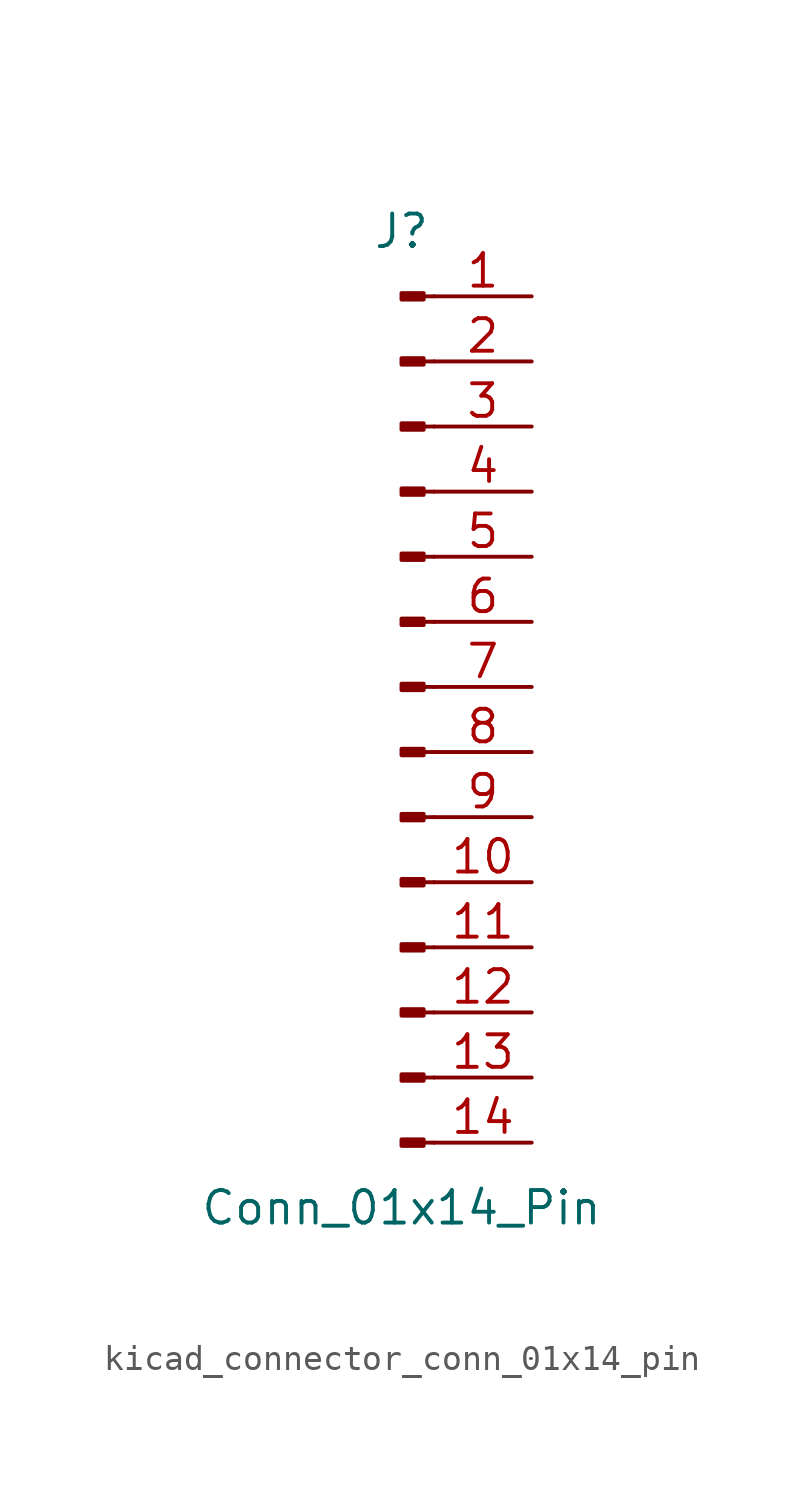
<source format=kicad_sym>
(kicad_symbol_lib
  (version 20220914)
  (generator kicad_symbol_editor)
  (symbol "kicad_connector_conn_01x14_pin"
    (pin_names
      (offset 1.016) hide)
    (property "Reference" "J"
      (at 0 17.78 0)
      (effects (font (size 1.27 1.27))))
    (property "Value" "Conn_01x14_Pin"
      (at 0 -20.32 0)
      (effects (font (size 1.27 1.27))))
    (property "ki_locked" ""
      (at 0 0 0)
      (effects (font (size 1.27 1.27))))
    (symbol "kicad_connector_conn_01x14_pin_1_1"
      (polyline (pts (xy 1.27 -17.78) (xy 0.864 -17.78)) (stroke (width 0.152) (type default)) (fill (type none)))
      (polyline (pts (xy 1.27 -15.24) (xy 0.864 -15.24)) (stroke (width 0.152) (type default)) (fill (type none)))
      (polyline (pts (xy 1.27 -12.7) (xy 0.864 -12.7)) (stroke (width 0.152) (type default)) (fill (type none)))
      (polyline (pts (xy 1.27 -10.16) (xy 0.864 -10.16)) (stroke (width 0.152) (type default)) (fill (type none)))
      (polyline (pts (xy 1.27 -7.62) (xy 0.864 -7.62)) (stroke (width 0.152) (type default)) (fill (type none)))
      (polyline (pts (xy 1.27 -5.08) (xy 0.864 -5.08)) (stroke (width 0.152) (type default)) (fill (type none)))
      (polyline (pts (xy 1.27 -2.54) (xy 0.864 -2.54)) (stroke (width 0.152) (type default)) (fill (type none)))
      (polyline (pts (xy 1.27 0) (xy 0.864 0)) (stroke (width 0.152) (type default)) (fill (type none)))
      (polyline (pts (xy 1.27 2.54) (xy 0.864 2.54)) (stroke (width 0.152) (type default)) (fill (type none)))
      (polyline (pts (xy 1.27 5.08) (xy 0.864 5.08)) (stroke (width 0.152) (type default)) (fill (type none)))
      (polyline (pts (xy 1.27 7.62) (xy 0.864 7.62)) (stroke (width 0.152) (type default)) (fill (type none)))
      (polyline (pts (xy 1.27 10.16) (xy 0.864 10.16)) (stroke (width 0.152) (type default)) (fill (type none)))
      (polyline (pts (xy 1.27 12.7) (xy 0.864 12.7)) (stroke (width 0.152) (type default)) (fill (type none)))
      (polyline (pts (xy 1.27 15.24) (xy 0.864 15.24)) (stroke (width 0.152) (type default)) (fill (type none)))
      (rectangle (start 0.864 -17.653) (end 0 -17.907) (stroke (width 0.152) (type default)) (fill (type outline)))
      (rectangle (start 0.864 -15.113) (end 0 -15.367) (stroke (width 0.152) (type default)) (fill (type outline)))
      (rectangle (start 0.864 -12.573) (end 0 -12.827) (stroke (width 0.152) (type default)) (fill (type outline)))
      (rectangle (start 0.864 -10.033) (end 0 -10.287) (stroke (width 0.152) (type default)) (fill (type outline)))
      (rectangle (start 0.864 -7.493) (end 0 -7.747) (stroke (width 0.152) (type default)) (fill (type outline)))
      (rectangle (start 0.864 -4.953) (end 0 -5.207) (stroke (width 0.152) (type default)) (fill (type outline)))
      (rectangle (start 0.864 -2.413) (end 0 -2.667) (stroke (width 0.152) (type default)) (fill (type outline)))
      (rectangle (start 0.864 0.127) (end 0 -0.127) (stroke (width 0.152) (type default)) (fill (type outline)))
      (rectangle (start 0.864 2.667) (end 0 2.413) (stroke (width 0.152) (type default)) (fill (type outline)))
      (rectangle (start 0.864 5.207) (end 0 4.953) (stroke (width 0.152) (type default)) (fill (type outline)))
      (rectangle (start 0.864 7.747) (end 0 7.493) (stroke (width 0.152) (type default)) (fill (type outline)))
      (rectangle (start 0.864 10.287) (end 0 10.033) (stroke (width 0.152) (type default)) (fill (type outline)))
      (rectangle (start 0.864 12.827) (end 0 12.573) (stroke (width 0.152) (type default)) (fill (type outline)))
      (rectangle (start 0.864 15.367) (end 0 15.113) (stroke (width 0.152) (type default)) (fill (type outline)))
      (pin passive line (at 5.08 15.24 180) (length 3.81) (name "Pin_1" (effects (font (size 1.27 1.27)))) (number "1" (effects (font (size 1.27 1.27)))))
      (pin passive line (at 5.08 -7.62 180) (length 3.81) (name "Pin_10" (effects (font (size 1.27 1.27)))) (number "10" (effects (font (size 1.27 1.27)))))
      (pin passive line (at 5.08 -10.16 180) (length 3.81) (name "Pin_11" (effects (font (size 1.27 1.27)))) (number "11" (effects (font (size 1.27 1.27)))))
      (pin passive line (at 5.08 -12.7 180) (length 3.81) (name "Pin_12" (effects (font (size 1.27 1.27)))) (number "12" (effects (font (size 1.27 1.27)))))
      (pin passive line (at 5.08 -15.24 180) (length 3.81) (name "Pin_13" (effects (font (size 1.27 1.27)))) (number "13" (effects (font (size 1.27 1.27)))))
      (pin passive line (at 5.08 -17.78 180) (length 3.81) (name "Pin_14" (effects (font (size 1.27 1.27)))) (number "14" (effects (font (size 1.27 1.27)))))
      (pin passive line (at 5.08 12.7 180) (length 3.81) (name "Pin_2" (effects (font (size 1.27 1.27)))) (number "2" (effects (font (size 1.27 1.27)))))
      (pin passive line (at 5.08 10.16 180) (length 3.81) (name "Pin_3" (effects (font (size 1.27 1.27)))) (number "3" (effects (font (size 1.27 1.27)))))
      (pin passive line (at 5.08 7.62 180) (length 3.81) (name "Pin_4" (effects (font (size 1.27 1.27)))) (number "4" (effects (font (size 1.27 1.27)))))
      (pin passive line (at 5.08 5.08 180) (length 3.81) (name "Pin_5" (effects (font (size 1.27 1.27)))) (number "5" (effects (font (size 1.27 1.27)))))
      (pin passive line (at 5.08 2.54 180) (length 3.81) (name "Pin_6" (effects (font (size 1.27 1.27)))) (number "6" (effects (font (size 1.27 1.27)))))
      (pin passive line (at 5.08 0 180) (length 3.81) (name "Pin_7" (effects (font (size 1.27 1.27)))) (number "7" (effects (font (size 1.27 1.27)))))
      (pin passive line (at 5.08 -2.54 180) (length 3.81) (name "Pin_8" (effects (font (size 1.27 1.27)))) (number "8" (effects (font (size 1.27 1.27)))))
      (pin passive line (at 5.08 -5.08 180) (length 3.81) (name "Pin_9" (effects (font (size 1.27 1.27)))) (number "9" (effects (font (size 1.27 1.27))))))))
</source>
